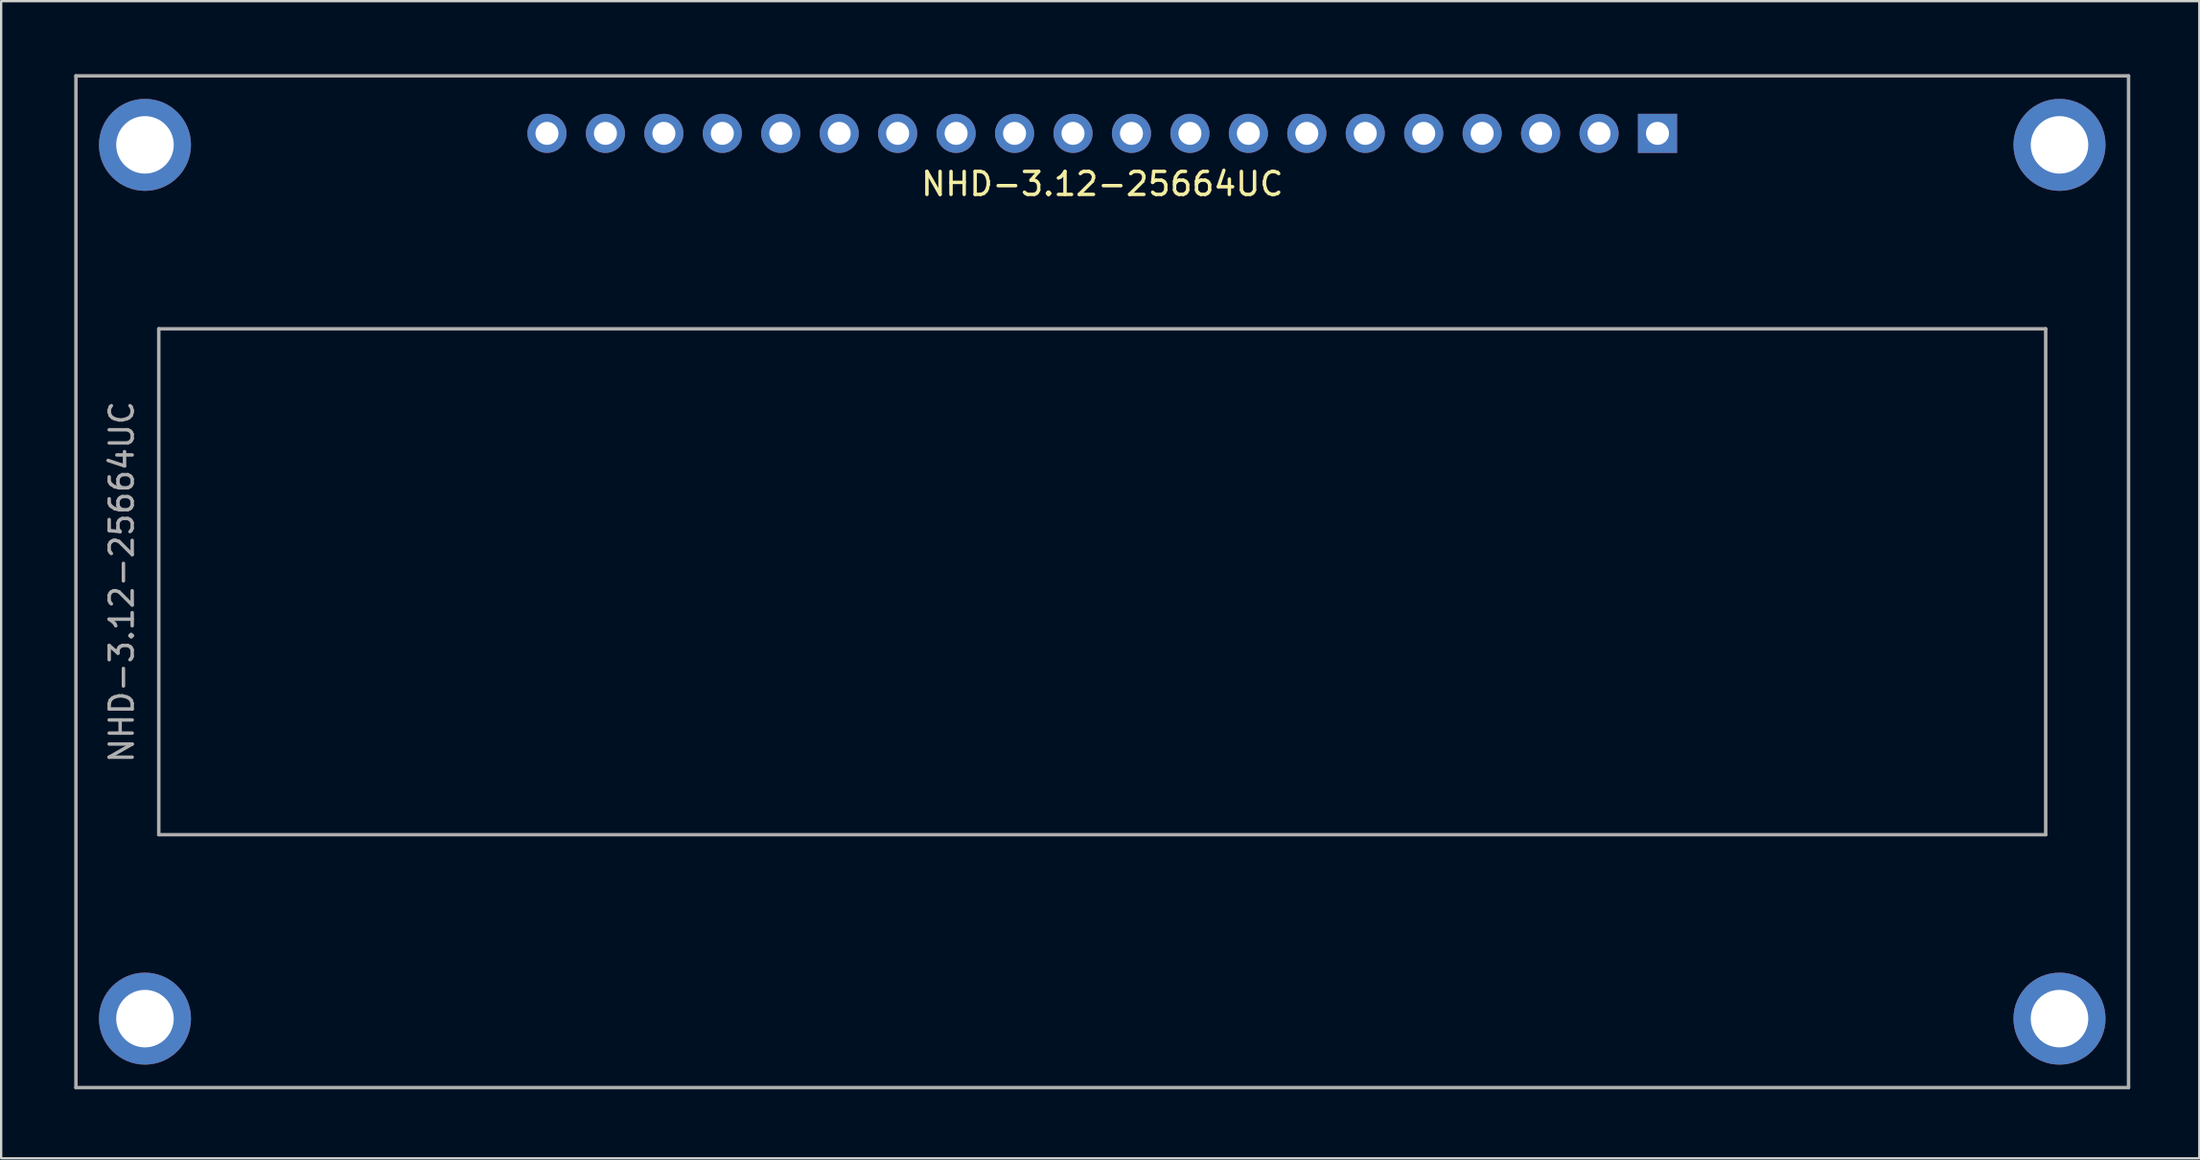
<source format=kicad_pcb>
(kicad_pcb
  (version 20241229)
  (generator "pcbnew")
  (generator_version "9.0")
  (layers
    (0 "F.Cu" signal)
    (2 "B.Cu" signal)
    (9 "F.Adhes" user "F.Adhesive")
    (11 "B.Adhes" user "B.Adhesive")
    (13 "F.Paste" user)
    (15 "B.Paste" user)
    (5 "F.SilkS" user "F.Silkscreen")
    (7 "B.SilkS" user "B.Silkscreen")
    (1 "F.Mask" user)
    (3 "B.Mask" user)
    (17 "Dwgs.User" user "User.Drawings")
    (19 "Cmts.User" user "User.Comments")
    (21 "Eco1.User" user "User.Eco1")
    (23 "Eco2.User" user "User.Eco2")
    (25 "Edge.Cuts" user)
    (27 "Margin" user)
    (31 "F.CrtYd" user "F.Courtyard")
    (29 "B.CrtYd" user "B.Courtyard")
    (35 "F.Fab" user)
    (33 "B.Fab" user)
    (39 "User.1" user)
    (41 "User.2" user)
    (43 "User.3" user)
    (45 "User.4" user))
  (footprint "NHD-3.12-25664UC"
    (layer "F.Cu")
    (at 0.25 0.25)
    (property "Reference" "NHD-3.12-25664UC" (at 44.6 4.7 0) (layer "F.SilkS") (effects (font (size 1 1) (thickness 0.15))))
    (attr through_hole)
    (fp_line (start 0 0) (end 89.2 0) (stroke (width 0.15) (type solid)) (layer "F.Fab"))
    (fp_line (start 0 44) (end 0 0) (stroke (width 0.15) (type solid)) (layer "F.Fab"))
    (fp_line (start 3.6 11) (end 3.6 33) (stroke (width 0.15) (type solid)) (layer "F.Fab"))
    (fp_line (start 3.6 11) (end 85.6 11) (stroke (width 0.15) (type solid)) (layer "F.Fab"))
    (fp_line (start 3.6 33) (end 85.6 33) (stroke (width 0.15) (type solid)) (layer "F.Fab"))
    (fp_line (start 85.6 11) (end 85.6 33) (stroke (width 0.15) (type solid)) (layer "F.Fab"))
    (fp_line (start 89.2 0) (end 89.2 44) (stroke (width 0.15) (type solid)) (layer "F.Fab"))
    (fp_line (start 89.2 44) (end 0 44) (stroke (width 0.15) (type solid)) (layer "F.Fab"))
    (fp_text user "${REFERENCE}" (at 1.99 22.01 90) (layer "F.Fab") (effects (font (size 1 1) (thickness 0.15))))
    (pad "" np_thru_hole circle (at 3 3) (size 4 4) (drill 2.5) (layers "*.Cu" "*.Mask"))
    (pad "" np_thru_hole circle (at 3 41) (size 4 4) (drill 2.5) (layers "*.Cu" "*.Mask"))
    (pad "" np_thru_hole circle (at 86.2 3) (size 4 4) (drill 2.5) (layers "*.Cu" "*.Mask"))
    (pad "" np_thru_hole circle (at 86.2 41) (size 4 4) (drill 2.5) (layers "*.Cu" "*.Mask"))
    (pad "1" thru_hole rect (at 68.73 2.5 270) (size 1.7 1.7) (drill 1) (layers "*.Cu" "*.Mask"))
    (pad "2" thru_hole oval (at 66.19 2.5 270) (size 1.7 1.7) (drill 1) (layers "*.Cu" "*.Mask"))
    (pad "3" thru_hole oval (at 63.65 2.5 270) (size 1.7 1.7) (drill 1) (layers "*.Cu" "*.Mask"))
    (pad "4" thru_hole oval (at 61.11 2.5 270) (size 1.7 1.7) (drill 1) (layers "*.Cu" "*.Mask"))
    (pad "5" thru_hole oval (at 58.57 2.5 270) (size 1.7 1.7) (drill 1) (layers "*.Cu" "*.Mask"))
    (pad "6" thru_hole oval (at 56.03 2.5 270) (size 1.7 1.7) (drill 1) (layers "*.Cu" "*.Mask"))
    (pad "7" thru_hole oval (at 53.49 2.5 270) (size 1.7 1.7) (drill 1) (layers "*.Cu" "*.Mask"))
    (pad "8" thru_hole oval (at 50.95 2.5 270) (size 1.7 1.7) (drill 1) (layers "*.Cu" "*.Mask"))
    (pad "9" thru_hole oval (at 48.41 2.5 270) (size 1.7 1.7) (drill 1) (layers "*.Cu" "*.Mask"))
    (pad "10" thru_hole oval (at 45.87 2.5 270) (size 1.7 1.7) (drill 1) (layers "*.Cu" "*.Mask"))
    (pad "11" thru_hole oval (at 43.33 2.5 270) (size 1.7 1.7) (drill 1) (layers "*.Cu" "*.Mask"))
    (pad "12" thru_hole oval (at 40.79 2.5 270) (size 1.7 1.7) (drill 1) (layers "*.Cu" "*.Mask"))
    (pad "13" thru_hole oval (at 38.25 2.5 270) (size 1.7 1.7) (drill 1) (layers "*.Cu" "*.Mask"))
    (pad "14" thru_hole oval (at 35.71 2.5 270) (size 1.7 1.7) (drill 1) (layers "*.Cu" "*.Mask"))
    (pad "15" thru_hole oval (at 33.17 2.5 270) (size 1.7 1.7) (drill 1) (layers "*.Cu" "*.Mask"))
    (pad "16" thru_hole oval (at 30.63 2.5 270) (size 1.7 1.7) (drill 1) (layers "*.Cu" "*.Mask"))
    (pad "17" thru_hole oval (at 28.09 2.5 270) (size 1.7 1.7) (drill 1) (layers "*.Cu" "*.Mask"))
    (pad "18" thru_hole oval (at 25.55 2.5 270) (size 1.7 1.7) (drill 1) (layers "*.Cu" "*.Mask"))
    (pad "19" thru_hole oval (at 23.01 2.5 270) (size 1.7 1.7) (drill 1) (layers "*.Cu" "*.Mask"))
    (pad "20" thru_hole oval (at 20.47 2.5 270) (size 1.7 1.7) (drill 1) (layers "*.Cu" "*.Mask")))
  (gr_rect
    (start -3 -3)
    (end 92.525 47.325)
    (stroke (width 0.1) (type default))
    (fill no)
    (layer "Edge.Cuts")))
</source>
